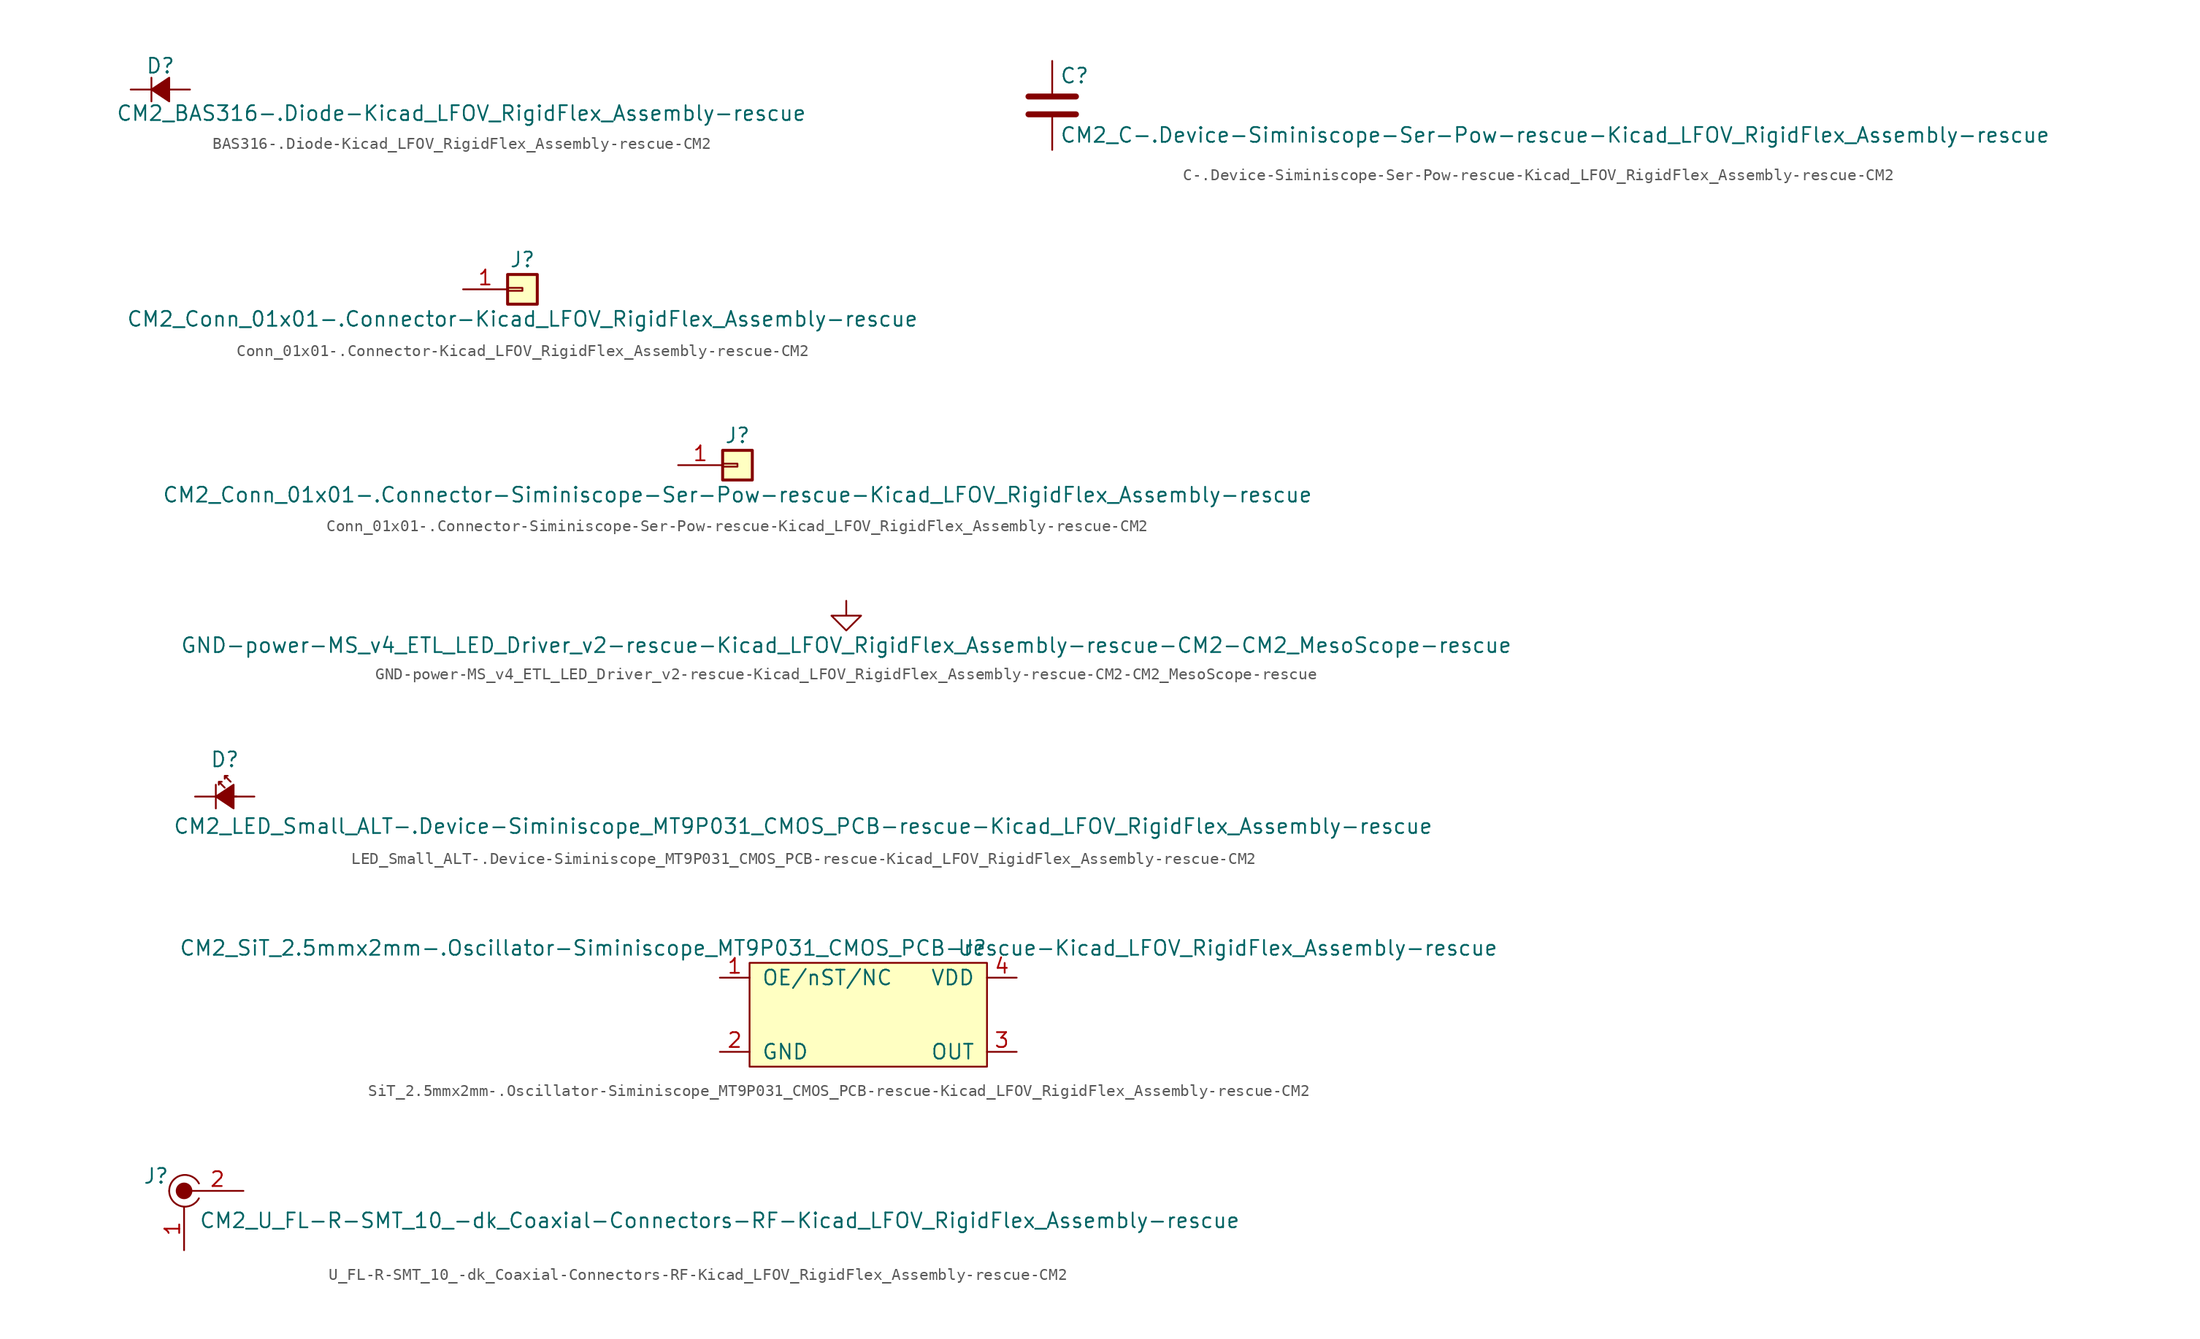
<source format=kicad_sym>
(kicad_symbol_lib
  (version 20231120)
  (generator "kicad_symbol_editor")
  (generator_version "8.0")
  (symbol "BAS316-.Diode-Kicad_LFOV_RigidFlex_Assembly-rescue-CM2"
    (pin_numbers hide)
    (pin_names
      (offset 0.254) hide)
    (property "Reference" "D"
      (at -1.27 2.032 0)
      (effects (font (size 1.27 1.27)) (justify left)))
    (property "Value" "CM2_BAS316-.Diode-Kicad_LFOV_RigidFlex_Assembly-rescue"
      (at -3.81 -2.032 0)
      (effects (font (size 1.27 1.27)) (justify left)))
    (symbol "BAS316-.Diode-Kicad_LFOV_RigidFlex_Assembly-rescue-CM2_0_1"
      (polyline (pts (xy -0.762 -1.016) (xy -0.762 1.016)) (stroke (width 0) (type solid)) (fill (type none)))
      (polyline (pts (xy -0.762 0) (xy 0.762 0)) (stroke (width 0) (type solid)) (fill (type none)))
      (polyline (pts (xy 0.762 -1.016) (xy -0.762 0) (xy 0.762 1.016) (xy 0.762 -1.016)) (stroke (width 0) (type solid)) (fill (type outline))))
    (symbol "BAS316-.Diode-Kicad_LFOV_RigidFlex_Assembly-rescue-CM2_1_1"
      (pin passive line (at 2.54 0 180) (length 1.778) (name "A" (effects (font (size 1.27 1.27)))) (number "A" (effects (font (size 1.27 1.27)))))
      (pin passive line (at -2.54 0 0) (length 1.778) (name "C" (effects (font (size 1.27 1.27)))) (number "C" (effects (font (size 1.27 1.27)))))))
  (symbol "C-.Device-Siminiscope-Ser-Pow-rescue-Kicad_LFOV_RigidFlex_Assembly-rescue-CM2"
    (pin_numbers hide)
    (pin_names
      (offset 0.254))
    (property "Reference" "C"
      (at 0.635 2.54 0)
      (effects (font (size 1.27 1.27)) (justify left)))
    (property "Value" "CM2_C-.Device-Siminiscope-Ser-Pow-rescue-Kicad_LFOV_RigidFlex_Assembly-rescue"
      (at 0.635 -2.54 0)
      (effects (font (size 1.27 1.27)) (justify left)))
    (symbol "C-.Device-Siminiscope-Ser-Pow-rescue-Kicad_LFOV_RigidFlex_Assembly-rescue-CM2_0_1"
      (polyline (pts (xy -2.032 -0.762) (xy 2.032 -0.762)) (stroke (width 0.508) (type solid)) (fill (type none)))
      (polyline (pts (xy -2.032 0.762) (xy 2.032 0.762)) (stroke (width 0.508) (type solid)) (fill (type none))))
    (symbol "C-.Device-Siminiscope-Ser-Pow-rescue-Kicad_LFOV_RigidFlex_Assembly-rescue-CM2_1_1"
      (pin passive line (at 0 3.81 270) (length 2.794) (name "~" (effects (font (size 1.27 1.27)))) (number "1" (effects (font (size 1.27 1.27)))))
      (pin passive line (at 0 -3.81 90) (length 2.794) (name "~" (effects (font (size 1.27 1.27)))) (number "2" (effects (font (size 1.27 1.27)))))))
  (symbol "Conn_01x01-.Connector-Kicad_LFOV_RigidFlex_Assembly-rescue-CM2"
    (pin_names
      (offset 1.016) hide)
    (property "Reference" "J"
      (at 0 2.54 0)
      (effects (font (size 1.27 1.27))))
    (property "Value" "CM2_Conn_01x01-.Connector-Kicad_LFOV_RigidFlex_Assembly-rescue"
      (at 0 -2.54 0)
      (effects (font (size 1.27 1.27))))
    (symbol "Conn_01x01-.Connector-Kicad_LFOV_RigidFlex_Assembly-rescue-CM2_1_1"
      (rectangle (start -1.27 0.127) (end 0 -0.127) (stroke (width 0.152) (type solid)) (fill (type none)))
      (rectangle (start -1.27 1.27) (end 1.27 -1.27) (stroke (width 0.254) (type solid)) (fill (type background)))
      (pin passive line (at -5.08 0 0) (length 3.81) (name "Pin_1" (effects (font (size 1.27 1.27)))) (number "1" (effects (font (size 1.27 1.27)))))))
  (symbol "Conn_01x01-.Connector-Siminiscope-Ser-Pow-rescue-Kicad_LFOV_RigidFlex_Assembly-rescue-CM2"
    (pin_names
      (offset 1.016) hide)
    (property "Reference" "J"
      (at 0 2.54 0)
      (effects (font (size 1.27 1.27))))
    (property "Value" "CM2_Conn_01x01-.Connector-Siminiscope-Ser-Pow-rescue-Kicad_LFOV_RigidFlex_Assembly-rescue"
      (at 0 -2.54 0)
      (effects (font (size 1.27 1.27))))
    (symbol "Conn_01x01-.Connector-Siminiscope-Ser-Pow-rescue-Kicad_LFOV_RigidFlex_Assembly-rescue-CM2_1_1"
      (rectangle (start -1.27 0.127) (end 0 -0.127) (stroke (width 0.152) (type solid)) (fill (type none)))
      (rectangle (start -1.27 1.27) (end 1.27 -1.27) (stroke (width 0.254) (type solid)) (fill (type background)))
      (pin passive line (at -5.08 0 0) (length 3.81) (name "Pin_1" (effects (font (size 1.27 1.27)))) (number "1" (effects (font (size 1.27 1.27)))))))
  (symbol "GND-power-MS_v4_ETL_LED_Driver_v2-rescue-Kicad_LFOV_RigidFlex_Assembly-rescue-CM2-CM2_MesoScope-rescue"
    (power)
    (pin_names
      (offset 0))
    (property "Reference" "#PWR"
      (at 0 -6.35 0)
      (effects (font (size 1.27 1.27)) (hide yes)))
    (property "Value" "GND-power-MS_v4_ETL_LED_Driver_v2-rescue-Kicad_LFOV_RigidFlex_Assembly-rescue-CM2-CM2_MesoScope-rescue"
      (at 0 -3.81 0)
      (effects (font (size 1.27 1.27))))
    (symbol "GND-power-MS_v4_ETL_LED_Driver_v2-rescue-Kicad_LFOV_RigidFlex_Assembly-rescue-CM2-CM2_MesoScope-rescue_0_1"
      (polyline (pts (xy 0 0) (xy 0 -1.27) (xy 1.27 -1.27) (xy 0 -2.54) (xy -1.27 -1.27) (xy 0 -1.27)) (stroke (width 0) (type solid)) (fill (type none))))
    (symbol "GND-power-MS_v4_ETL_LED_Driver_v2-rescue-Kicad_LFOV_RigidFlex_Assembly-rescue-CM2-CM2_MesoScope-rescue_1_1"
      (pin power_in line (at 0 0 270) (length 0) hide (name "GND" (effects (font (size 1.27 1.27)))) (number "1" (effects (font (size 1.27 1.27)))))))
  (symbol "LED_Small_ALT-.Device-Siminiscope_MT9P031_CMOS_PCB-rescue-Kicad_LFOV_RigidFlex_Assembly-rescue-CM2"
    (pin_numbers hide)
    (pin_names
      (offset 0.254) hide)
    (property "Reference" "D"
      (at -1.27 3.175 0)
      (effects (font (size 1.27 1.27)) (justify left)))
    (property "Value" "CM2_LED_Small_ALT-.Device-Siminiscope_MT9P031_CMOS_PCB-rescue-Kicad_LFOV_RigidFlex_Assembly-rescue"
      (at -4.445 -2.54 0)
      (effects (font (size 1.27 1.27)) (justify left)))
    (symbol "LED_Small_ALT-.Device-Siminiscope_MT9P031_CMOS_PCB-rescue-Kicad_LFOV_RigidFlex_Assembly-rescue-CM2_0_1"
      (polyline (pts (xy -0.762 -1.016) (xy -0.762 1.016)) (stroke (width 0) (type solid)) (fill (type none)))
      (polyline (pts (xy 1.016 0) (xy -0.762 0)) (stroke (width 0) (type solid)) (fill (type none)))
      (polyline (pts (xy 0.762 -1.016) (xy -0.762 0) (xy 0.762 1.016) (xy 0.762 -1.016)) (stroke (width 0) (type solid)) (fill (type outline)))
      (polyline (pts (xy 0 0.762) (xy -0.508 1.27) (xy -0.254 1.27) (xy -0.508 1.27) (xy -0.508 1.016)) (stroke (width 0) (type solid)) (fill (type none)))
      (polyline (pts (xy 0.508 1.27) (xy 0 1.778) (xy 0.254 1.778) (xy 0 1.778) (xy 0 1.524)) (stroke (width 0) (type solid)) (fill (type none))))
    (symbol "LED_Small_ALT-.Device-Siminiscope_MT9P031_CMOS_PCB-rescue-Kicad_LFOV_RigidFlex_Assembly-rescue-CM2_1_1"
      (pin passive line (at -2.54 0 0) (length 1.778) (name "K" (effects (font (size 1.27 1.27)))) (number "1" (effects (font (size 1.27 1.27)))))
      (pin passive line (at 2.54 0 180) (length 1.778) (name "A" (effects (font (size 1.27 1.27)))) (number "2" (effects (font (size 1.27 1.27)))))))
  (symbol "SiT_2.5mmx2mm-.Oscillator-Siminiscope_MT9P031_CMOS_PCB-rescue-Kicad_LFOV_RigidFlex_Assembly-rescue-CM2"
    (pin_names
      (offset 1.016))
    (property "Reference" "U"
      (at 8.89 5.08 0)
      (effects (font (size 1.27 1.27))))
    (property "Value" "CM2_SiT_2.5mmx2mm-.Oscillator-Siminiscope_MT9P031_CMOS_PCB-rescue-Kicad_LFOV_RigidFlex_Assembly-rescue"
      (at -2.54 5.08 0)
      (effects (font (size 1.27 1.27))))
    (symbol "SiT_2.5mmx2mm-.Oscillator-Siminiscope_MT9P031_CMOS_PCB-rescue-Kicad_LFOV_RigidFlex_Assembly-rescue-CM2_0_1"
      (rectangle (start -10.16 3.81) (end 10.16 -5.08) (stroke (width 0) (type solid)) (fill (type background))))
    (symbol "SiT_2.5mmx2mm-.Oscillator-Siminiscope_MT9P031_CMOS_PCB-rescue-Kicad_LFOV_RigidFlex_Assembly-rescue-CM2_1_1"
      (pin input line (at -12.7 2.54 0) (length 2.54) (name "OE/nST/NC" (effects (font (size 1.27 1.27)))) (number "1" (effects (font (size 1.27 1.27)))))
      (pin input line (at -12.7 -3.81 0) (length 2.54) (name "GND" (effects (font (size 1.27 1.27)))) (number "2" (effects (font (size 1.27 1.27)))))
      (pin input line (at 12.7 -3.81 180) (length 2.54) (name "OUT" (effects (font (size 1.27 1.27)))) (number "3" (effects (font (size 1.27 1.27)))))
      (pin input line (at 12.7 2.54 180) (length 2.54) (name "VDD" (effects (font (size 1.27 1.27)))) (number "4" (effects (font (size 1.27 1.27)))))))
  (symbol "U_FL-R-SMT_10_-dk_Coaxial-Connectors-RF-Kicad_LFOV_RigidFlex_Assembly-rescue-CM2"
    (pin_names
      (offset 1.016))
    (property "Reference" "J"
      (at -1.27 1.27 0)
      (effects (font (size 1.27 1.27)) (justify right)))
    (property "Value" "CM2_U_FL-R-SMT_10_-dk_Coaxial-Connectors-RF-Kicad_LFOV_RigidFlex_Assembly-rescue"
      (at 1.27 -2.54 0)
      (effects (font (size 1.27 1.27)) (justify left)))
    (symbol "U_FL-R-SMT_10_-dk_Coaxial-Connectors-RF-Kicad_LFOV_RigidFlex_Assembly-rescue-CM2_1_1"
      (arc (start -1.27 0) (mid -0.2651 -1.3081) (end 1.27 -0.635) (stroke (width 0) (type solid)) (fill (type none)))
      (circle (center 0 0) (radius 0.635) (stroke (width 0) (type solid)) (fill (type outline)))
      (arc (start 1.27 0.635) (mid -0.2496 1.3256) (end -1.27 0) (stroke (width 0) (type solid)) (fill (type none)))
      (pin passive line (at 0 -5.08 90) (length 3.683) (name "~" (effects (font (size 1.27 1.27)))) (number "1" (effects (font (size 1.27 1.27)))))
      (pin passive line (at 5.08 0 180) (length 4.445) (name "~" (effects (font (size 1.27 1.27)))) (number "2" (effects (font (size 1.27 1.27))))))))
</source>
